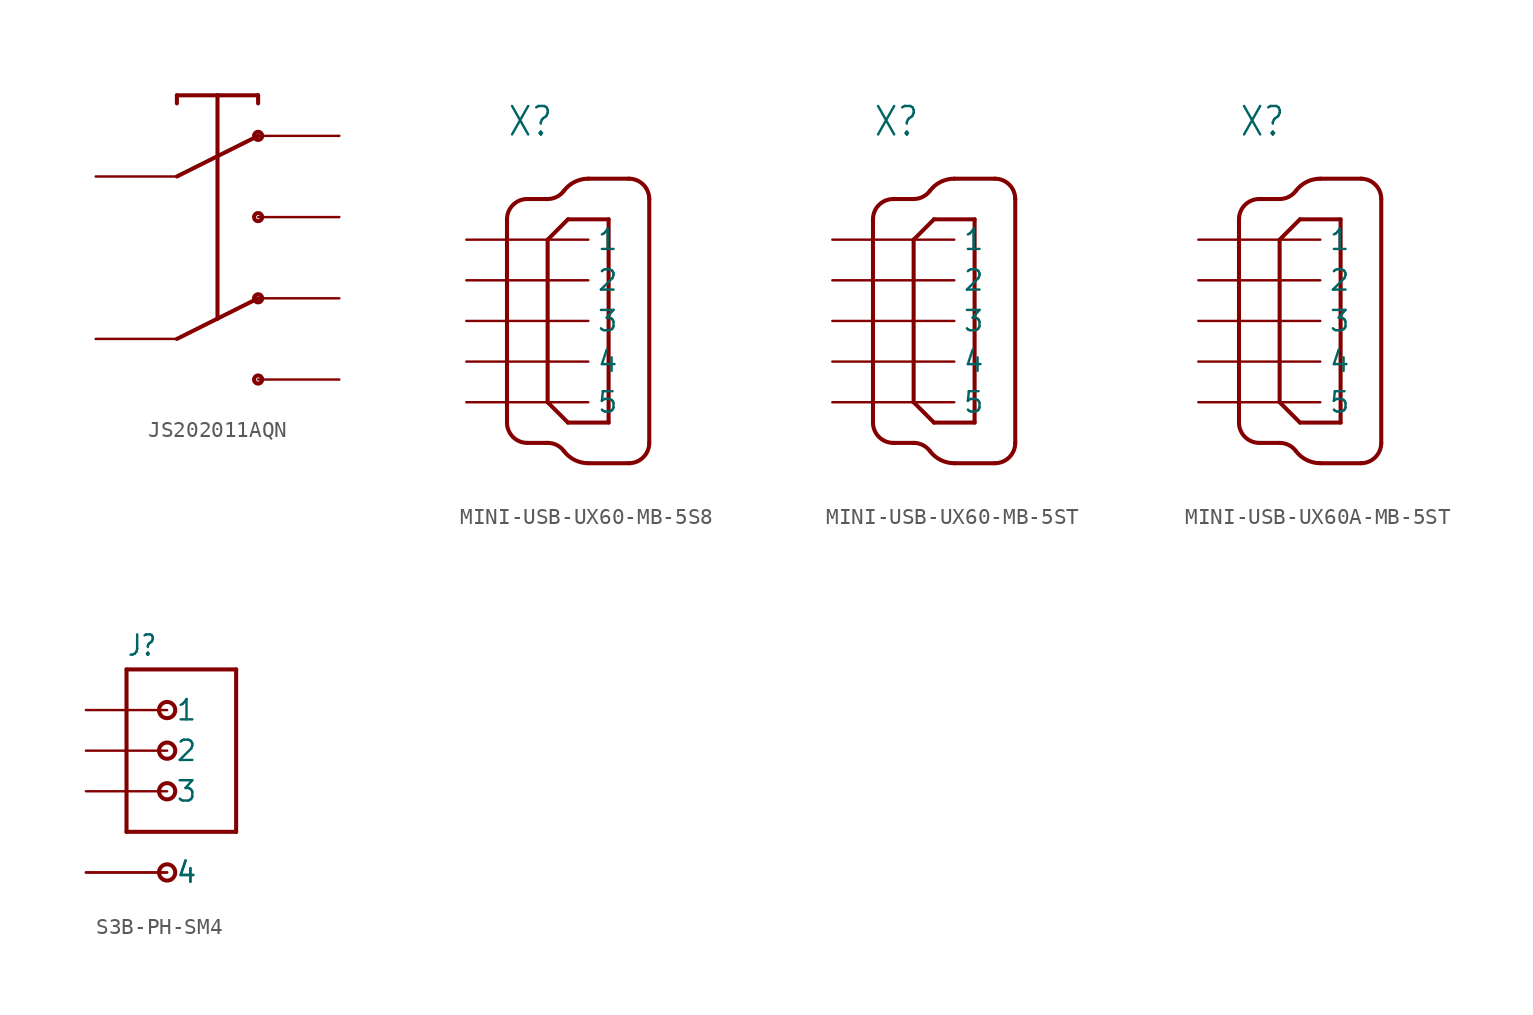
<source format=kicad_sym>
(kicad_symbol_lib
  (version 20231120)
  (generator "kicad_symbol_editor")
  (generator_version "8.0")
  (symbol "JS202011AQN"
    (property "Reference" ""
      (at -7.62 12.7 0)
      (effects (font (size 1.778 1.511)) (justify left bottom) (hide yes)))
    (property "ki_locked" ""
      (at 0 0 0)
      (effects (font (size 1.27 1.27))))
    (symbol "JS202011AQN_1_0"
      (polyline (pts (xy -2.54 -5.08) (xy 0 -3.81)) (stroke (width 0.254) (type solid)) (fill (type none)))
      (polyline (pts (xy -2.54 5.08) (xy 0 6.35)) (stroke (width 0.254) (type solid)) (fill (type none)))
      (polyline (pts (xy -2.54 10.16) (xy -2.54 9.652)) (stroke (width 0.254) (type solid)) (fill (type none)))
      (polyline (pts (xy 0 -3.81) (xy 2.54 -2.54)) (stroke (width 0.254) (type solid)) (fill (type none)))
      (polyline (pts (xy 0 6.35) (xy 0 -3.81)) (stroke (width 0.254) (type solid)) (fill (type none)))
      (polyline (pts (xy 0 6.35) (xy 0 10.16)) (stroke (width 0.254) (type solid)) (fill (type none)))
      (polyline (pts (xy 0 6.35) (xy 2.54 7.62)) (stroke (width 0.254) (type solid)) (fill (type none)))
      (polyline (pts (xy 0 10.16) (xy -2.54 10.16)) (stroke (width 0.254) (type solid)) (fill (type none)))
      (polyline (pts (xy 0 10.16) (xy 2.54 10.16)) (stroke (width 0.254) (type solid)) (fill (type none)))
      (polyline (pts (xy 2.54 10.16) (xy 2.54 9.652)) (stroke (width 0.254) (type solid)) (fill (type none)))
      (circle (center 2.54 -7.62) (radius 0.254) (stroke (width 0.254) (type solid)) (fill (type none)))
      (circle (center 2.54 -2.54) (radius 0.254) (stroke (width 0.254) (type solid)) (fill (type none)))
      (circle (center 2.54 2.54) (radius 0.254) (stroke (width 0.254) (type solid)) (fill (type none)))
      (circle (center 2.54 7.62) (radius 0.254) (stroke (width 0.254) (type solid)) (fill (type none)))
      (pin bidirectional line (at 7.62 7.62 180) (length 5.08) (name "1" (effects (font (size 0 0)))) (number "P$1" (effects (font (size 0 0)))))
      (pin bidirectional line (at -7.62 5.08 0) (length 5.08) (name "2" (effects (font (size 0 0)))) (number "P$2" (effects (font (size 0 0)))))
      (pin bidirectional line (at 7.62 2.54 180) (length 5.08) (name "3" (effects (font (size 0 0)))) (number "P$3" (effects (font (size 0 0)))))
      (pin bidirectional line (at 7.62 -2.54 180) (length 5.08) (name "4" (effects (font (size 0 0)))) (number "P$4" (effects (font (size 0 0)))))
      (pin bidirectional line (at -7.62 -5.08 0) (length 5.08) (name "5" (effects (font (size 0 0)))) (number "P$5" (effects (font (size 0 0)))))
      (pin bidirectional line (at 7.62 -7.62 180) (length 5.08) (name "6" (effects (font (size 0 0)))) (number "P$6" (effects (font (size 0 0)))))))
  (symbol "MINI-USB-UX60-MB-5S8"
    (property "Reference" "X"
      (at -2.54 11.43 0)
      (effects (font (size 1.778 1.511)) (justify left bottom)))
    (property "Value" ""
      (at 10.16 -7.62 90)
      (effects (font (size 1.778 1.511)) (justify left bottom)))
    (property "ki_locked" ""
      (at 0 0 0)
      (effects (font (size 1.27 1.27))))
    (symbol "MINI-USB-UX60-MB-5S8_1_0"
      (arc (start -2.54 -6.35) (mid -2.168 -7.248) (end -1.27 -7.62) (stroke (width 0.254) (type solid)) (fill (type none)))
      (arc (start -1.27 7.62) (mid -2.168 7.248) (end -2.54 6.35) (stroke (width 0.254) (type solid)) (fill (type none)))
      (polyline (pts (xy -2.54 6.35) (xy -2.54 -6.35)) (stroke (width 0.254) (type solid)) (fill (type none)))
      (polyline (pts (xy -1.27 -7.62) (xy 0 -7.62)) (stroke (width 0.254) (type solid)) (fill (type none)))
      (polyline (pts (xy -1.27 7.62) (xy 0 7.62)) (stroke (width 0.254) (type solid)) (fill (type none)))
      (polyline (pts (xy 0 -5.08) (xy 1.27 -6.35)) (stroke (width 0.254) (type solid)) (fill (type none)))
      (polyline (pts (xy 0 5.08) (xy 0 -5.08)) (stroke (width 0.254) (type solid)) (fill (type none)))
      (polyline (pts (xy 1.27 -6.35) (xy 3.81 -6.35)) (stroke (width 0.254) (type solid)) (fill (type none)))
      (polyline (pts (xy 1.27 6.35) (xy 0 5.08)) (stroke (width 0.254) (type solid)) (fill (type none)))
      (polyline (pts (xy 2.54 -8.89) (xy 5.08 -8.89)) (stroke (width 0.254) (type solid)) (fill (type none)))
      (polyline (pts (xy 2.54 8.89) (xy 5.08 8.89)) (stroke (width 0.254) (type solid)) (fill (type none)))
      (polyline (pts (xy 3.81 -6.35) (xy 3.81 6.35)) (stroke (width 0.254) (type solid)) (fill (type none)))
      (polyline (pts (xy 3.81 6.35) (xy 1.27 6.35)) (stroke (width 0.254) (type solid)) (fill (type none)))
      (polyline (pts (xy 6.35 -7.62) (xy 6.35 7.62)) (stroke (width 0.254) (type solid)) (fill (type none)))
      (arc (start 0 7.62) (mid 0.568 7.7541) (end 1.016 8.128) (stroke (width 0.254) (type solid)) (fill (type none)))
      (arc (start 1.016 -8.128) (mid 0.568 -7.7541) (end 0 -7.62) (stroke (width 0.254) (type solid)) (fill (type none)))
      (arc (start 1.016 -8.128) (mid 1.6881 -8.6889) (end 2.5401 -8.89) (stroke (width 0.254) (type solid)) (fill (type none)))
      (arc (start 2.5401 8.89) (mid 1.6881 8.6889) (end 1.016 8.128) (stroke (width 0.254) (type solid)) (fill (type none)))
      (arc (start 5.08 -8.89) (mid 5.978 -8.518) (end 6.35 -7.62) (stroke (width 0.254) (type solid)) (fill (type none)))
      (arc (start 6.35 7.62) (mid 5.978 8.518) (end 5.08 8.89) (stroke (width 0.254) (type solid)) (fill (type none)))
      (pin input line (at -5.08 5.08 0) (length 7.62) (name "1" (effects (font (size 1.27 1.27)))) (number "1" (effects (font (size 0 0)))))
      (pin input line (at -5.08 2.54 0) (length 7.62) (name "2" (effects (font (size 1.27 1.27)))) (number "2" (effects (font (size 0 0)))))
      (pin input line (at -5.08 0 0) (length 7.62) (name "3" (effects (font (size 1.27 1.27)))) (number "3" (effects (font (size 0 0)))))
      (pin input line (at -5.08 -2.54 0) (length 7.62) (name "4" (effects (font (size 1.27 1.27)))) (number "4" (effects (font (size 0 0)))))
      (pin input line (at -5.08 -5.08 0) (length 7.62) (name "5" (effects (font (size 1.27 1.27)))) (number "5" (effects (font (size 0 0)))))))
  (symbol "MINI-USB-UX60-MB-5ST"
    (property "Reference" "X"
      (at -2.54 11.43 0)
      (effects (font (size 1.778 1.511)) (justify left bottom)))
    (property "Value" ""
      (at 10.16 -7.62 90)
      (effects (font (size 1.778 1.511)) (justify left bottom)))
    (property "ki_locked" ""
      (at 0 0 0)
      (effects (font (size 1.27 1.27))))
    (symbol "MINI-USB-UX60-MB-5ST_1_0"
      (arc (start -2.54 -6.35) (mid -2.168 -7.248) (end -1.27 -7.62) (stroke (width 0.254) (type solid)) (fill (type none)))
      (arc (start -1.27 7.62) (mid -2.168 7.248) (end -2.54 6.35) (stroke (width 0.254) (type solid)) (fill (type none)))
      (polyline (pts (xy -2.54 6.35) (xy -2.54 -6.35)) (stroke (width 0.254) (type solid)) (fill (type none)))
      (polyline (pts (xy -1.27 -7.62) (xy 0 -7.62)) (stroke (width 0.254) (type solid)) (fill (type none)))
      (polyline (pts (xy -1.27 7.62) (xy 0 7.62)) (stroke (width 0.254) (type solid)) (fill (type none)))
      (polyline (pts (xy 0 -5.08) (xy 1.27 -6.35)) (stroke (width 0.254) (type solid)) (fill (type none)))
      (polyline (pts (xy 0 5.08) (xy 0 -5.08)) (stroke (width 0.254) (type solid)) (fill (type none)))
      (polyline (pts (xy 1.27 -6.35) (xy 3.81 -6.35)) (stroke (width 0.254) (type solid)) (fill (type none)))
      (polyline (pts (xy 1.27 6.35) (xy 0 5.08)) (stroke (width 0.254) (type solid)) (fill (type none)))
      (polyline (pts (xy 2.54 -8.89) (xy 5.08 -8.89)) (stroke (width 0.254) (type solid)) (fill (type none)))
      (polyline (pts (xy 2.54 8.89) (xy 5.08 8.89)) (stroke (width 0.254) (type solid)) (fill (type none)))
      (polyline (pts (xy 3.81 -6.35) (xy 3.81 6.35)) (stroke (width 0.254) (type solid)) (fill (type none)))
      (polyline (pts (xy 3.81 6.35) (xy 1.27 6.35)) (stroke (width 0.254) (type solid)) (fill (type none)))
      (polyline (pts (xy 6.35 -7.62) (xy 6.35 7.62)) (stroke (width 0.254) (type solid)) (fill (type none)))
      (arc (start 0 7.62) (mid 0.568 7.7541) (end 1.016 8.128) (stroke (width 0.254) (type solid)) (fill (type none)))
      (arc (start 1.016 -8.128) (mid 0.568 -7.7541) (end 0 -7.62) (stroke (width 0.254) (type solid)) (fill (type none)))
      (arc (start 1.016 -8.128) (mid 1.6881 -8.6889) (end 2.5401 -8.89) (stroke (width 0.254) (type solid)) (fill (type none)))
      (arc (start 2.5401 8.89) (mid 1.6881 8.6889) (end 1.016 8.128) (stroke (width 0.254) (type solid)) (fill (type none)))
      (arc (start 5.08 -8.89) (mid 5.978 -8.518) (end 6.35 -7.62) (stroke (width 0.254) (type solid)) (fill (type none)))
      (arc (start 6.35 7.62) (mid 5.978 8.518) (end 5.08 8.89) (stroke (width 0.254) (type solid)) (fill (type none)))
      (pin input line (at -5.08 5.08 0) (length 7.62) (name "1" (effects (font (size 1.27 1.27)))) (number "1" (effects (font (size 0 0)))))
      (pin input line (at -5.08 2.54 0) (length 7.62) (name "2" (effects (font (size 1.27 1.27)))) (number "2" (effects (font (size 0 0)))))
      (pin input line (at -5.08 0 0) (length 7.62) (name "3" (effects (font (size 1.27 1.27)))) (number "3" (effects (font (size 0 0)))))
      (pin input line (at -5.08 -2.54 0) (length 7.62) (name "4" (effects (font (size 1.27 1.27)))) (number "4" (effects (font (size 0 0)))))
      (pin input line (at -5.08 -5.08 0) (length 7.62) (name "5" (effects (font (size 1.27 1.27)))) (number "5" (effects (font (size 0 0)))))))
  (symbol "MINI-USB-UX60A-MB-5ST"
    (property "Reference" "X"
      (at -2.54 11.43 0)
      (effects (font (size 1.778 1.511)) (justify left bottom)))
    (property "Value" ""
      (at 10.16 -7.62 90)
      (effects (font (size 1.778 1.511)) (justify left bottom)))
    (property "ki_locked" ""
      (at 0 0 0)
      (effects (font (size 1.27 1.27))))
    (symbol "MINI-USB-UX60A-MB-5ST_1_0"
      (arc (start -2.54 -6.35) (mid -2.168 -7.248) (end -1.27 -7.62) (stroke (width 0.254) (type solid)) (fill (type none)))
      (arc (start -1.27 7.62) (mid -2.168 7.248) (end -2.54 6.35) (stroke (width 0.254) (type solid)) (fill (type none)))
      (polyline (pts (xy -2.54 6.35) (xy -2.54 -6.35)) (stroke (width 0.254) (type solid)) (fill (type none)))
      (polyline (pts (xy -1.27 -7.62) (xy 0 -7.62)) (stroke (width 0.254) (type solid)) (fill (type none)))
      (polyline (pts (xy -1.27 7.62) (xy 0 7.62)) (stroke (width 0.254) (type solid)) (fill (type none)))
      (polyline (pts (xy 0 -5.08) (xy 1.27 -6.35)) (stroke (width 0.254) (type solid)) (fill (type none)))
      (polyline (pts (xy 0 5.08) (xy 0 -5.08)) (stroke (width 0.254) (type solid)) (fill (type none)))
      (polyline (pts (xy 1.27 -6.35) (xy 3.81 -6.35)) (stroke (width 0.254) (type solid)) (fill (type none)))
      (polyline (pts (xy 1.27 6.35) (xy 0 5.08)) (stroke (width 0.254) (type solid)) (fill (type none)))
      (polyline (pts (xy 2.54 -8.89) (xy 5.08 -8.89)) (stroke (width 0.254) (type solid)) (fill (type none)))
      (polyline (pts (xy 2.54 8.89) (xy 5.08 8.89)) (stroke (width 0.254) (type solid)) (fill (type none)))
      (polyline (pts (xy 3.81 -6.35) (xy 3.81 6.35)) (stroke (width 0.254) (type solid)) (fill (type none)))
      (polyline (pts (xy 3.81 6.35) (xy 1.27 6.35)) (stroke (width 0.254) (type solid)) (fill (type none)))
      (polyline (pts (xy 6.35 -7.62) (xy 6.35 7.62)) (stroke (width 0.254) (type solid)) (fill (type none)))
      (arc (start 0 7.62) (mid 0.568 7.7541) (end 1.016 8.128) (stroke (width 0.254) (type solid)) (fill (type none)))
      (arc (start 1.016 -8.128) (mid 0.568 -7.7541) (end 0 -7.62) (stroke (width 0.254) (type solid)) (fill (type none)))
      (arc (start 1.016 -8.128) (mid 1.6881 -8.6889) (end 2.5401 -8.89) (stroke (width 0.254) (type solid)) (fill (type none)))
      (arc (start 2.5401 8.89) (mid 1.6881 8.6889) (end 1.016 8.128) (stroke (width 0.254) (type solid)) (fill (type none)))
      (arc (start 5.08 -8.89) (mid 5.978 -8.518) (end 6.35 -7.62) (stroke (width 0.254) (type solid)) (fill (type none)))
      (arc (start 6.35 7.62) (mid 5.978 8.518) (end 5.08 8.89) (stroke (width 0.254) (type solid)) (fill (type none)))
      (pin input line (at -5.08 5.08 0) (length 7.62) (name "1" (effects (font (size 1.27 1.27)))) (number "1" (effects (font (size 0 0)))))
      (pin input line (at -5.08 2.54 0) (length 7.62) (name "2" (effects (font (size 1.27 1.27)))) (number "2" (effects (font (size 0 0)))))
      (pin input line (at -5.08 0 0) (length 7.62) (name "3" (effects (font (size 1.27 1.27)))) (number "3" (effects (font (size 0 0)))))
      (pin input line (at -5.08 -2.54 0) (length 7.62) (name "4" (effects (font (size 1.27 1.27)))) (number "4" (effects (font (size 0 0)))))
      (pin input line (at -5.08 -5.08 0) (length 7.62) (name "5" (effects (font (size 1.27 1.27)))) (number "5" (effects (font (size 0 0)))))))
  (symbol "S3B-PH-SM4"
    (property "Reference" "J"
      (at -2.54 5.842 0)
      (effects (font (size 1.27 1.079)) (justify left bottom)))
    (property "ki_locked" ""
      (at 0 0 0)
      (effects (font (size 1.27 1.27))))
    (symbol "S3B-PH-SM4_1_0"
      (circle (center 0 -7.62) (radius 0.508) (stroke (width 0.254) (type solid)) (fill (type none)))
      (circle (center 0 -2.54) (radius 0.508) (stroke (width 0.254) (type solid)) (fill (type none)))
      (polyline (pts (xy -2.54 -5.08) (xy 4.318 -5.08)) (stroke (width 0.254) (type solid)) (fill (type none)))
      (polyline (pts (xy -2.54 5.08) (xy -2.54 -5.08)) (stroke (width 0.254) (type solid)) (fill (type none)))
      (polyline (pts (xy 4.318 -5.08) (xy 4.318 5.08)) (stroke (width 0.254) (type solid)) (fill (type none)))
      (polyline (pts (xy 4.318 5.08) (xy -2.54 5.08)) (stroke (width 0.254) (type solid)) (fill (type none)))
      (circle (center 0 0) (radius 0.508) (stroke (width 0.254) (type solid)) (fill (type none)))
      (circle (center 0 2.54) (radius 0.508) (stroke (width 0.254) (type solid)) (fill (type none)))
      (pin bidirectional line (at -5.08 2.54 0) (length 5.08) (name "1" (effects (font (size 1.27 1.27)))) (number "P$1" (effects (font (size 0 0)))))
      (pin bidirectional line (at -5.08 0 0) (length 5.08) (name "2" (effects (font (size 1.27 1.27)))) (number "P$2" (effects (font (size 0 0)))))
      (pin bidirectional line (at -5.08 -2.54 0) (length 5.08) (name "3" (effects (font (size 1.27 1.27)))) (number "P$3" (effects (font (size 0 0)))))
      (pin bidirectional line (at -5.08 -7.62 0) (length 5.08) (name "4" (effects (font (size 1.27 1.27)))) (number "P$4" (effects (font (size 0 0)))))
      (pin bidirectional line (at -5.08 -7.62 0) (length 5.08) (name "4" (effects (font (size 1.27 1.27)))) (number "P$5" (effects (font (size 0 0))))))))
</source>
